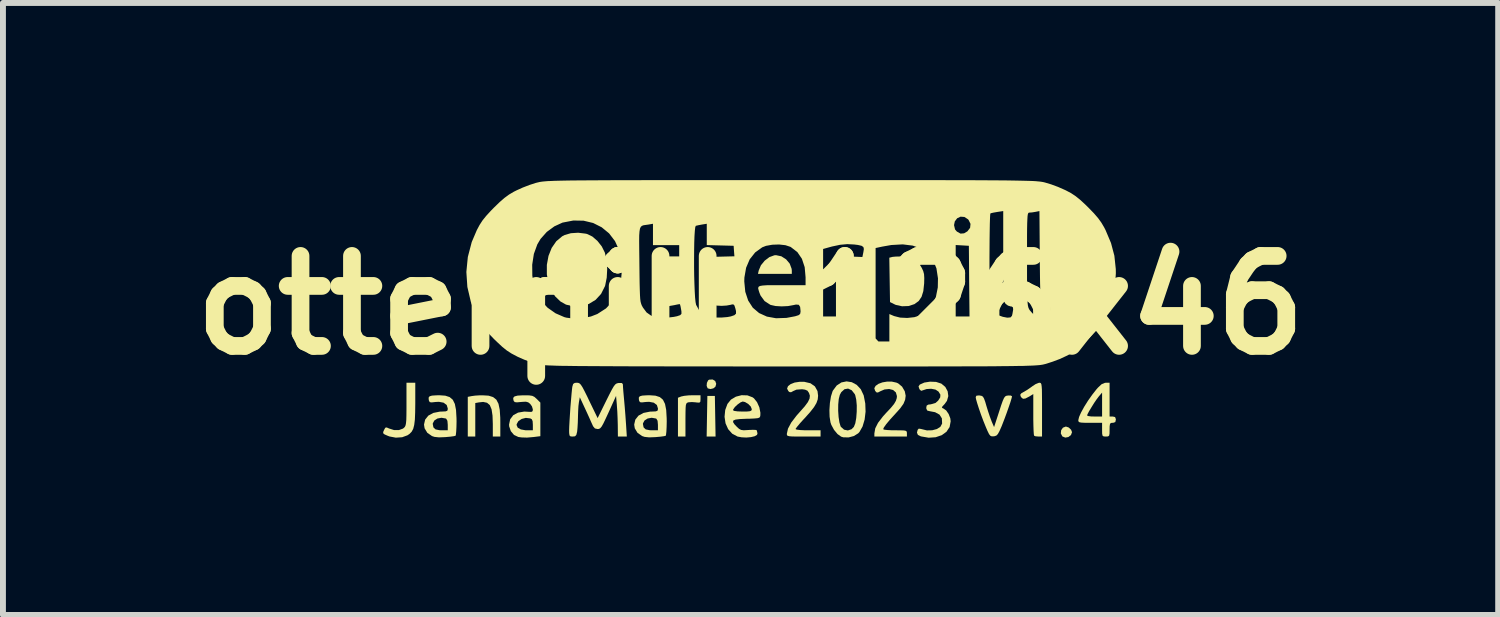
<source format=kicad_pcb>
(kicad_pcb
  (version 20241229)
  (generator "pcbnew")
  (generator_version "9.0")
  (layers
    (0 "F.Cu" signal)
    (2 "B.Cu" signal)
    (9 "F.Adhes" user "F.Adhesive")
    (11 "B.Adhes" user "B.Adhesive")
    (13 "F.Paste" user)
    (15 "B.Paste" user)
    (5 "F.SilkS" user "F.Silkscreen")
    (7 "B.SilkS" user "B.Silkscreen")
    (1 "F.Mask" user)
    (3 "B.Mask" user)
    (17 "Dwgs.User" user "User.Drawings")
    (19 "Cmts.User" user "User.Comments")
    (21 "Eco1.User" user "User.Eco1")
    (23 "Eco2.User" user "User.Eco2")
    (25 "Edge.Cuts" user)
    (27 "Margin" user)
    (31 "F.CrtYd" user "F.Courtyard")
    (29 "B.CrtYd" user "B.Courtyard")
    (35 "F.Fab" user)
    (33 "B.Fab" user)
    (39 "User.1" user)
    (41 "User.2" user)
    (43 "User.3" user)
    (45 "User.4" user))
  (footprint "otterpill_126x46"
    (layer "F.Cu")
    (at 9.659 2.118)
    (property "Reference" "otterpill_126x46" (at 0 0 0) (layer "F.SilkS") (effects (font (size 1.524 1.524) (thickness 0.3))))
    (attr board_only exclude_from_pos_files exclude_from_bom)
    (fp_poly (pts (xy -0.598 1.88) (xy -0.592 2.224) (xy -0.743 2.224) (xy -0.737 1.88) (xy -0.731 1.536) (xy -0.604 1.536)) (stroke (width 0) (type solid)) (fill yes) (layer "F.SilkS"))
    (fp_poly (pts (xy -0.598 1.284) (xy -0.581 1.331) (xy -0.594 1.379) (xy -0.629 1.408) (xy -0.679 1.42) (xy -0.722 1.409) (xy -0.727 1.405) (xy -0.743 1.366) (xy -0.739 1.316) (xy -0.719 1.274) (xy -0.702 1.261) (xy -0.641 1.258)) (stroke (width 0) (type solid)) (fill yes) (layer "F.SilkS"))
    (fp_poly (pts (xy 0.522 -0.828) (xy 0.603 -0.776) (xy 0.664 -0.703) (xy 0.696 -0.616) (xy 0.699 -0.584) (xy 0.699 -0.53) (xy 0.126 -0.53) (xy 0.139 -0.588) (xy 0.176 -0.676) (xy 0.24 -0.754) (xy 0.319 -0.814) (xy 0.403 -0.845) (xy 0.432 -0.847)) (stroke (width 0) (type solid)) (fill yes) (layer "F.SilkS"))
    (fp_poly (pts (xy 5.388 2.071) (xy 5.428 2.109) (xy 5.444 2.15) (xy 5.426 2.199) (xy 5.383 2.232) (xy 5.33 2.242) (xy 5.282 2.223) (xy 5.279 2.22) (xy 5.254 2.171) (xy 5.26 2.117) (xy 5.29 2.074) (xy 5.339 2.055) (xy 5.341 2.055)) (stroke (width 0) (type solid)) (fill yes) (layer "F.SilkS"))
    (fp_poly (pts (xy -0.847 1.592) (xy -0.85 1.634) (xy -0.866 1.65) (xy -0.907 1.648) (xy -0.927 1.645) (xy -0.993 1.64) (xy -1.049 1.644) (xy -1.054 1.645) (xy -1.073 1.652) (xy -1.086 1.665) (xy -1.095 1.691) (xy -1.099 1.737) (xy -1.101 1.811) (xy -1.102 1.919) (xy -1.102 1.941) (xy -1.102 2.224) (xy -1.229 2.224) (xy -1.229 1.567) (xy -1.174 1.546) (xy -1.124 1.535) (xy -1.05 1.527) (xy -0.984 1.525) (xy -0.847 1.525)) (stroke (width 0) (type solid)) (fill yes) (layer "F.SilkS"))
    (fp_poly (pts (xy -4.435 1.532) (xy -4.359 1.556) (xy -4.304 1.6) (xy -4.268 1.669) (xy -4.247 1.769) (xy -4.238 1.904) (xy -4.237 1.975) (xy -4.237 2.224) (xy -4.364 2.224) (xy -4.364 2.012) (xy -4.369 1.869) (xy -4.385 1.763) (xy -4.415 1.692) (xy -4.462 1.652) (xy -4.527 1.638) (xy -4.602 1.646) (xy -4.661 1.657) (xy -4.661 2.224) (xy -4.788 2.224) (xy -4.788 1.552) (xy -4.721 1.539) (xy -4.662 1.531) (xy -4.582 1.526) (xy -4.536 1.526)) (stroke (width 0) (type solid)) (fill yes) (layer "F.SilkS"))
    (fp_poly (pts (xy 2.595 -0.822) (xy 2.708 -0.806) (xy 2.791 -0.769) (xy 2.855 -0.705) (xy 2.898 -0.634) (xy 2.924 -0.579) (xy 2.938 -0.526) (xy 2.942 -0.46) (xy 2.94 -0.369) (xy 2.926 -0.239) (xy 2.896 -0.142) (xy 2.848 -0.071) (xy 2.777 -0.019) (xy 2.775 -0.018) (xy 2.677 0.014) (xy 2.566 0.018) (xy 2.46 -0.005) (xy 2.436 -0.016) (xy 2.362 -0.053) (xy 2.356 -0.428) (xy 2.35 -0.804) (xy 2.404 -0.818) (xy 2.454 -0.823) (xy 2.528 -0.825)) (stroke (width 0) (type solid)) (fill yes) (layer "F.SilkS"))
    (fp_poly (pts (xy -2.795 -1.212) (xy -2.768 -1.206) (xy -2.679 -1.163) (xy -2.593 -1.089) (xy -2.519 -0.995) (xy -2.467 -0.891) (xy -2.466 -0.888) (xy -2.438 -0.761) (xy -2.427 -0.614) (xy -2.435 -0.466) (xy -2.461 -0.335) (xy -2.466 -0.32) (xy -2.531 -0.191) (xy -2.623 -0.091) (xy -2.738 -0.021) (xy -2.869 0.016) (xy -3.009 0.017) (xy -3.125 -0.01) (xy -3.22 -0.064) (xy -3.308 -0.149) (xy -3.378 -0.255) (xy -3.418 -0.355) (xy -3.449 -0.521) (xy -3.449 -0.683) (xy -3.421 -0.835) (xy -3.367 -0.97) (xy -3.289 -1.083) (xy -3.189 -1.167) (xy -3.147 -1.189) (xy -3.042 -1.219) (xy -2.919 -1.227)) (stroke (width 0) (type solid)) (fill yes) (layer "F.SilkS"))
    (fp_poly (pts (xy -5.677 1.664) (xy -5.679 1.819) (xy -5.684 1.939) (xy -5.695 2.028) (xy -5.712 2.094) (xy -5.738 2.142) (xy -5.774 2.179) (xy -5.809 2.203) (xy -5.899 2.236) (xy -6.006 2.243) (xy -6.113 2.223) (xy -6.142 2.212) (xy -6.197 2.188) (xy -6.22 2.169) (xy -6.22 2.146) (xy -6.205 2.112) (xy -6.185 2.075) (xy -6.161 2.07) (xy -6.12 2.088) (xy -6.038 2.114) (xy -5.955 2.115) (xy -5.886 2.09) (xy -5.868 2.076) (xy -5.852 2.058) (xy -5.841 2.033) (xy -5.834 1.997) (xy -5.829 1.942) (xy -5.827 1.861) (xy -5.826 1.748) (xy -5.826 1.674) (xy -5.826 1.313) (xy -5.677 1.313)) (stroke (width 0) (type solid)) (fill yes) (layer "F.SilkS"))
    (fp_poly (pts (xy 4.906 1.315) (xy 4.917 1.322) (xy 4.925 1.34) (xy 4.93 1.375) (xy 4.934 1.431) (xy 4.935 1.514) (xy 4.936 1.63) (xy 4.936 1.769) (xy 4.936 2.224) (xy 4.876 2.224) (xy 4.827 2.22) (xy 4.802 2.21) (xy 4.797 2.185) (xy 4.793 2.125) (xy 4.79 2.038) (xy 4.788 1.93) (xy 4.788 1.85) (xy 4.788 1.505) (xy 4.719 1.547) (xy 4.655 1.58) (xy 4.614 1.585) (xy 4.585 1.561) (xy 4.576 1.547) (xy 4.567 1.517) (xy 4.584 1.493) (xy 4.623 1.47) (xy 4.685 1.434) (xy 4.753 1.387) (xy 4.77 1.374) (xy 4.826 1.337) (xy 4.877 1.316) (xy 4.891 1.313)) (stroke (width 0) (type solid)) (fill yes) (layer "F.SilkS"))
    (fp_poly (pts (xy 3.879 1.529) (xy 3.912 1.535) (xy 3.935 1.549) (xy 3.954 1.581) (xy 3.975 1.639) (xy 3.994 1.705) (xy 4.023 1.799) (xy 4.054 1.891) (xy 4.081 1.963) (xy 4.083 1.969) (xy 4.124 2.064) (xy 4.21 1.8) (xy 4.245 1.692) (xy 4.271 1.619) (xy 4.292 1.572) (xy 4.311 1.546) (xy 4.332 1.534) (xy 4.358 1.53) (xy 4.362 1.529) (xy 4.407 1.53) (xy 4.427 1.542) (xy 4.428 1.543) (xy 4.42 1.577) (xy 4.401 1.641) (xy 4.372 1.726) (xy 4.338 1.823) (xy 4.301 1.923) (xy 4.265 2.016) (xy 4.25 2.054) (xy 4.215 2.133) (xy 4.188 2.182) (xy 4.164 2.207) (xy 4.134 2.218) (xy 4.118 2.22) (xy 4.085 2.221) (xy 4.061 2.211) (xy 4.039 2.183) (xy 4.012 2.128) (xy 3.986 2.067) (xy 3.943 1.961) (xy 3.902 1.851) (xy 3.866 1.747) (xy 3.837 1.656) (xy 3.818 1.589) (xy 3.813 1.557) (xy 3.824 1.533) (xy 3.864 1.528)) (stroke (width 0) (type solid)) (fill yes) (layer "F.SilkS"))
    (fp_poly (pts (xy 2.393 1.294) (xy 2.47 1.311) (xy 2.5 1.324) (xy 2.566 1.379) (xy 2.612 1.458) (xy 2.627 1.533) (xy 2.618 1.601) (xy 2.59 1.669) (xy 2.536 1.745) (xy 2.461 1.829) (xy 2.366 1.933) (xy 2.297 2.015) (xy 2.257 2.072) (xy 2.246 2.1) (xy 2.265 2.108) (xy 2.318 2.114) (xy 2.395 2.118) (xy 2.447 2.118) (xy 2.54 2.119) (xy 2.599 2.121) (xy 2.631 2.128) (xy 2.645 2.141) (xy 2.648 2.162) (xy 2.648 2.171) (xy 2.648 2.224) (xy 2.097 2.224) (xy 2.097 2.171) (xy 2.112 2.085) (xy 2.159 1.992) (xy 2.241 1.885) (xy 2.295 1.825) (xy 2.376 1.739) (xy 2.43 1.673) (xy 2.461 1.62) (xy 2.476 1.573) (xy 2.479 1.539) (xy 2.461 1.477) (xy 2.414 1.436) (xy 2.347 1.419) (xy 2.268 1.427) (xy 2.201 1.456) (xy 2.158 1.478) (xy 2.134 1.477) (xy 2.111 1.452) (xy 2.11 1.45) (xy 2.096 1.406) (xy 2.118 1.366) (xy 2.166 1.332) (xy 2.233 1.307) (xy 2.311 1.294)) (stroke (width 0) (type solid)) (fill yes) (layer "F.SilkS"))
    (fp_poly (pts (xy 0.909 1.297) (xy 1.015 1.322) (xy 1.09 1.375) (xy 1.134 1.454) (xy 1.144 1.533) (xy 1.138 1.595) (xy 1.116 1.657) (xy 1.075 1.726) (xy 1.01 1.809) (xy 0.919 1.911) (xy 0.898 1.933) (xy 0.839 1.998) (xy 0.793 2.053) (xy 0.766 2.089) (xy 0.763 2.098) (xy 0.783 2.107) (xy 0.838 2.114) (xy 0.922 2.118) (xy 0.974 2.118) (xy 1.186 2.118) (xy 1.186 2.224) (xy 0.9 2.224) (xy 0.786 2.224) (xy 0.707 2.223) (xy 0.657 2.219) (xy 0.629 2.212) (xy 0.617 2.2) (xy 0.615 2.183) (xy 0.615 2.177) (xy 0.634 2.091) (xy 0.689 1.988) (xy 0.779 1.87) (xy 0.833 1.809) (xy 0.917 1.714) (xy 0.971 1.641) (xy 0.999 1.583) (xy 1.005 1.533) (xy 0.99 1.486) (xy 0.964 1.448) (xy 0.923 1.43) (xy 0.872 1.423) (xy 0.778 1.43) (xy 0.727 1.452) (xy 0.686 1.474) (xy 0.659 1.471) (xy 0.641 1.455) (xy 0.619 1.413) (xy 0.634 1.372) (xy 0.678 1.337) (xy 0.746 1.31) (xy 0.831 1.297)) (stroke (width 0) (type solid)) (fill yes) (layer "F.SilkS"))
    (fp_poly (pts (xy 1.715 1.304) (xy 1.798 1.349) (xy 1.867 1.423) (xy 1.916 1.527) (xy 1.917 1.531) (xy 1.943 1.665) (xy 1.948 1.803) (xy 1.932 1.937) (xy 1.897 2.054) (xy 1.845 2.146) (xy 1.824 2.169) (xy 1.751 2.215) (xy 1.661 2.239) (xy 1.571 2.237) (xy 1.534 2.226) (xy 1.473 2.182) (xy 1.414 2.111) (xy 1.368 2.026) (xy 1.354 1.985) (xy 1.339 1.89) (xy 1.336 1.788) (xy 1.484 1.788) (xy 1.491 1.893) (xy 1.505 1.985) (xy 1.525 2.051) (xy 1.531 2.061) (xy 1.584 2.108) (xy 1.648 2.121) (xy 1.711 2.1) (xy 1.75 2.06) (xy 1.774 2) (xy 1.79 1.911) (xy 1.798 1.806) (xy 1.799 1.698) (xy 1.79 1.6) (xy 1.773 1.524) (xy 1.765 1.506) (xy 1.713 1.44) (xy 1.652 1.412) (xy 1.591 1.423) (xy 1.537 1.472) (xy 1.512 1.518) (xy 1.494 1.588) (xy 1.485 1.682) (xy 1.484 1.788) (xy 1.336 1.788) (xy 1.336 1.775) (xy 1.344 1.655) (xy 1.362 1.544) (xy 1.389 1.458) (xy 1.395 1.446) (xy 1.459 1.36) (xy 1.538 1.308) (xy 1.626 1.29)) (stroke (width 0) (type solid)) (fill yes) (layer "F.SilkS"))
    (fp_poly (pts (xy 6.08 1.885) (xy 6.133 1.885) (xy 6.173 1.894) (xy 6.186 1.929) (xy 6.186 1.938) (xy 6.177 1.979) (xy 6.143 1.991) (xy 6.133 1.991) (xy 6.103 1.994) (xy 6.087 2.01) (xy 6.081 2.05) (xy 6.08 2.108) (xy 6.079 2.174) (xy 6.072 2.209) (xy 6.053 2.222) (xy 6.017 2.224) (xy 6.016 2.224) (xy 5.98 2.222) (xy 5.961 2.21) (xy 5.954 2.175) (xy 5.953 2.11) (xy 5.953 1.991) (xy 5.752 1.991) (xy 5.658 1.991) (xy 5.599 1.988) (xy 5.567 1.981) (xy 5.553 1.968) (xy 5.55 1.948) (xy 5.563 1.894) (xy 5.574 1.868) (xy 5.699 1.868) (xy 5.718 1.877) (xy 5.768 1.884) (xy 5.826 1.885) (xy 5.953 1.885) (xy 5.953 1.48) (xy 5.899 1.543) (xy 5.862 1.592) (xy 5.818 1.656) (xy 5.774 1.727) (xy 5.734 1.793) (xy 5.707 1.844) (xy 5.699 1.868) (xy 5.574 1.868) (xy 5.598 1.815) (xy 5.65 1.72) (xy 5.714 1.618) (xy 5.786 1.516) (xy 5.859 1.423) (xy 5.884 1.395) (xy 5.945 1.338) (xy 6 1.315) (xy 6.019 1.313) (xy 6.08 1.313)) (stroke (width 0) (type solid)) (fill yes) (layer "F.SilkS"))
    (fp_poly (pts (xy -3.748 1.527) (xy -3.696 1.535) (xy -3.659 1.553) (xy -3.621 1.587) (xy -3.621 1.587) (xy -3.559 1.649) (xy -3.559 2.218) (xy -3.67 2.232) (xy -3.786 2.242) (xy -3.878 2.239) (xy -3.933 2.231) (xy -4.005 2.197) (xy -4.059 2.133) (xy -4.087 2.051) (xy -4.088 2.031) (xy -3.961 2.031) (xy -3.942 2.074) (xy -3.889 2.104) (xy -3.809 2.118) (xy -3.79 2.118) (xy -3.686 2.118) (xy -3.686 2.025) (xy -3.69 1.963) (xy -3.705 1.93) (xy -3.73 1.917) (xy -3.805 1.908) (xy -3.875 1.926) (xy -3.931 1.963) (xy -3.96 2.014) (xy -3.961 2.031) (xy -4.088 2.031) (xy -4.089 2.023) (xy -4.07 1.932) (xy -4.018 1.863) (xy -3.937 1.819) (xy -3.831 1.801) (xy -3.76 1.805) (xy -3.711 1.807) (xy -3.69 1.794) (xy -3.686 1.765) (xy -3.701 1.714) (xy -3.731 1.671) (xy -3.764 1.645) (xy -3.804 1.634) (xy -3.864 1.637) (xy -3.889 1.639) (xy -3.955 1.645) (xy -3.991 1.641) (xy -4.008 1.625) (xy -4.015 1.607) (xy -4.019 1.57) (xy -3.997 1.545) (xy -3.945 1.531) (xy -3.858 1.526) (xy -3.827 1.526)) (stroke (width 0) (type solid)) (fill yes) (layer "F.SilkS"))
    (fp_poly (pts (xy -5.169 1.532) (xy -5.095 1.556) (xy -5.042 1.601) (xy -5.007 1.672) (xy -4.987 1.774) (xy -4.979 1.912) (xy -4.978 1.968) (xy -4.98 2.063) (xy -4.984 2.141) (xy -4.99 2.194) (xy -4.995 2.211) (xy -5.024 2.218) (xy -5.082 2.226) (xy -5.159 2.233) (xy -5.17 2.234) (xy -5.276 2.238) (xy -5.352 2.23) (xy -5.394 2.216) (xy -5.473 2.161) (xy -5.519 2.085) (xy -5.529 2.023) (xy -5.527 2.012) (xy -5.381 2.012) (xy -5.37 2.069) (xy -5.334 2.103) (xy -5.267 2.117) (xy -5.228 2.118) (xy -5.127 2.118) (xy -5.127 2.025) (xy -5.133 1.957) (xy -5.153 1.923) (xy -5.16 1.919) (xy -5.233 1.906) (xy -5.302 1.919) (xy -5.354 1.952) (xy -5.38 2) (xy -5.381 2.012) (xy -5.527 2.012) (xy -5.51 1.938) (xy -5.456 1.87) (xy -5.371 1.824) (xy -5.26 1.802) (xy -5.223 1.801) (xy -5.164 1.798) (xy -5.135 1.788) (xy -5.127 1.763) (xy -5.127 1.748) (xy -5.145 1.69) (xy -5.197 1.651) (xy -5.276 1.636) (xy -5.336 1.639) (xy -5.398 1.646) (xy -5.43 1.642) (xy -5.444 1.622) (xy -5.449 1.601) (xy -5.451 1.565) (xy -5.435 1.543) (xy -5.394 1.531) (xy -5.321 1.526) (xy -5.267 1.525)) (stroke (width 0) (type solid)) (fill yes) (layer "F.SilkS"))
    (fp_poly (pts (xy -1.61 1.532) (xy -1.536 1.556) (xy -1.483 1.601) (xy -1.448 1.672) (xy -1.428 1.774) (xy -1.42 1.912) (xy -1.419 1.968) (xy -1.421 2.063) (xy -1.425 2.141) (xy -1.431 2.194) (xy -1.436 2.211) (xy -1.465 2.218) (xy -1.523 2.226) (xy -1.6 2.233) (xy -1.611 2.234) (xy -1.717 2.238) (xy -1.793 2.23) (xy -1.835 2.216) (xy -1.914 2.161) (xy -1.96 2.085) (xy -1.97 2.023) (xy -1.968 2.012) (xy -1.822 2.012) (xy -1.811 2.069) (xy -1.775 2.103) (xy -1.708 2.117) (xy -1.669 2.118) (xy -1.568 2.118) (xy -1.568 2.025) (xy -1.574 1.957) (xy -1.594 1.923) (xy -1.601 1.919) (xy -1.674 1.906) (xy -1.743 1.919) (xy -1.795 1.952) (xy -1.821 2) (xy -1.822 2.012) (xy -1.968 2.012) (xy -1.951 1.938) (xy -1.897 1.87) (xy -1.812 1.824) (xy -1.701 1.802) (xy -1.664 1.801) (xy -1.605 1.798) (xy -1.576 1.788) (xy -1.568 1.763) (xy -1.568 1.748) (xy -1.586 1.69) (xy -1.638 1.651) (xy -1.717 1.636) (xy -1.777 1.639) (xy -1.839 1.646) (xy -1.871 1.642) (xy -1.885 1.622) (xy -1.89 1.601) (xy -1.892 1.565) (xy -1.876 1.543) (xy -1.835 1.531) (xy -1.762 1.526) (xy -1.708 1.525)) (stroke (width 0) (type solid)) (fill yes) (layer "F.SilkS"))
    (fp_poly (pts (xy 3.142 1.299) (xy 3.231 1.328) (xy 3.298 1.384) (xy 3.338 1.458) (xy 3.349 1.539) (xy 3.326 1.62) (xy 3.286 1.675) (xy 3.249 1.714) (xy 3.24 1.734) (xy 3.257 1.746) (xy 3.266 1.749) (xy 3.313 1.782) (xy 3.355 1.843) (xy 3.383 1.916) (xy 3.389 1.966) (xy 3.371 2.063) (xy 3.318 2.143) (xy 3.238 2.201) (xy 3.135 2.236) (xy 3.017 2.244) (xy 2.888 2.222) (xy 2.886 2.222) (xy 2.834 2.196) (xy 2.818 2.157) (xy 2.83 2.111) (xy 2.849 2.09) (xy 2.888 2.096) (xy 2.895 2.098) (xy 2.986 2.12) (xy 3.076 2.118) (xy 3.156 2.097) (xy 3.215 2.059) (xy 3.244 2.005) (xy 3.244 2.002) (xy 3.24 1.916) (xy 3.2 1.853) (xy 3.125 1.812) (xy 3.04 1.796) (xy 2.994 1.785) (xy 2.978 1.756) (xy 2.976 1.737) (xy 2.982 1.701) (xy 3.008 1.684) (xy 3.055 1.678) (xy 3.133 1.655) (xy 3.177 1.616) (xy 3.212 1.561) (xy 3.215 1.515) (xy 3.184 1.464) (xy 3.182 1.462) (xy 3.132 1.429) (xy 3.059 1.415) (xy 2.981 1.42) (xy 2.925 1.439) (xy 2.889 1.45) (xy 2.864 1.427) (xy 2.858 1.416) (xy 2.845 1.376) (xy 2.863 1.348) (xy 2.871 1.342) (xy 2.943 1.31) (xy 3.038 1.295)) (stroke (width 0) (type solid)) (fill yes) (layer "F.SilkS"))
    (fp_poly (pts (xy -0.052 1.527) (xy 0.035 1.56) (xy 0.059 1.578) (xy 0.11 1.642) (xy 0.149 1.729) (xy 0.167 1.82) (xy 0.166 1.866) (xy 0.161 1.889) (xy 0.149 1.904) (xy 0.121 1.913) (xy 0.071 1.918) (xy -0.01 1.922) (xy -0.069 1.923) (xy -0.181 1.928) (xy -0.254 1.937) (xy -0.292 1.953) (xy -0.296 1.979) (xy -0.272 2.017) (xy -0.232 2.059) (xy -0.194 2.094) (xy -0.16 2.112) (xy -0.115 2.118) (xy -0.045 2.114) (xy -0.031 2.113) (xy 0.039 2.11) (xy 0.088 2.112) (xy 0.106 2.119) (xy 0.113 2.152) (xy 0.118 2.168) (xy 0.11 2.196) (xy 0.07 2.219) (xy 0.007 2.234) (xy -0.07 2.241) (xy -0.151 2.237) (xy -0.22 2.224) (xy -0.31 2.176) (xy -0.379 2.099) (xy -0.423 2.001) (xy -0.44 1.889) (xy -0.429 1.778) (xy -0.297 1.778) (xy -0.276 1.79) (xy -0.219 1.798) (xy -0.138 1.801) (xy -0.056 1.8) (xy -0.009 1.795) (xy 0.014 1.784) (xy 0.021 1.766) (xy 0.021 1.76) (xy 0.004 1.716) (xy -0.039 1.672) (xy -0.093 1.64) (xy -0.132 1.631) (xy -0.17 1.646) (xy -0.219 1.681) (xy -0.265 1.724) (xy -0.293 1.764) (xy -0.297 1.778) (xy -0.429 1.778) (xy -0.428 1.773) (xy -0.391 1.672) (xy -0.332 1.599) (xy -0.248 1.549) (xy -0.151 1.524)) (stroke (width 0) (type solid)) (fill yes) (layer "F.SilkS"))
    (fp_poly (pts (xy -2.917 1.315) (xy -2.896 1.324) (xy -2.874 1.346) (xy -2.847 1.387) (xy -2.813 1.451) (xy -2.766 1.545) (xy -2.734 1.613) (xy -2.589 1.912) (xy -2.444 1.618) (xy -2.388 1.506) (xy -2.347 1.427) (xy -2.316 1.374) (xy -2.291 1.342) (xy -2.268 1.326) (xy -2.244 1.319) (xy -2.23 1.317) (xy -2.182 1.317) (xy -2.163 1.334) (xy -2.161 1.352) (xy -2.159 1.391) (xy -2.154 1.459) (xy -2.146 1.548) (xy -2.141 1.602) (xy -2.13 1.726) (xy -2.119 1.864) (xy -2.11 1.992) (xy -2.108 2.018) (xy -2.095 2.224) (xy -2.246 2.224) (xy -2.248 2.028) (xy -2.251 1.918) (xy -2.256 1.802) (xy -2.263 1.702) (xy -2.264 1.684) (xy -2.277 1.536) (xy -2.404 1.816) (xy -2.455 1.926) (xy -2.492 2.003) (xy -2.52 2.053) (xy -2.543 2.081) (xy -2.564 2.094) (xy -2.587 2.097) (xy -2.589 2.097) (xy -2.635 2.087) (xy -2.666 2.05) (xy -2.676 2.028) (xy -2.698 1.98) (xy -2.731 1.905) (xy -2.772 1.815) (xy -2.798 1.759) (xy -2.891 1.559) (xy -2.906 1.643) (xy -2.914 1.706) (xy -2.919 1.793) (xy -2.922 1.887) (xy -2.922 1.896) (xy -2.925 1.989) (xy -2.93 2.076) (xy -2.936 2.14) (xy -2.937 2.145) (xy -2.95 2.197) (xy -2.972 2.22) (xy -3.011 2.224) (xy -3.047 2.222) (xy -3.065 2.206) (xy -3.071 2.166) (xy -3.072 2.123) (xy -3.07 2.057) (xy -3.065 1.963) (xy -3.058 1.85) (xy -3.05 1.728) (xy -3.04 1.61) (xy -3.031 1.504) (xy -3.023 1.422) (xy -3.018 1.382) (xy -3.004 1.334) (xy -2.977 1.316) (xy -2.942 1.313)) (stroke (width 0) (type solid)) (fill yes) (layer "F.SilkS"))
    (fp_poly (pts (xy 1.181 -2.118) (xy 1.632 -2.118) (xy 2.045 -2.118) (xy 2.421 -2.118) (xy 2.761 -2.118) (xy 3.069 -2.118) (xy 3.345 -2.117) (xy 3.592 -2.117) (xy 3.81 -2.116) (xy 4.003 -2.115) (xy 4.172 -2.114) (xy 4.318 -2.113) (xy 4.444 -2.111) (xy 4.551 -2.109) (xy 4.641 -2.107) (xy 4.717 -2.105) (xy 4.779 -2.103) (xy 4.829 -2.1) (xy 4.871 -2.096) (xy 4.904 -2.093) (xy 4.931 -2.089) (xy 4.955 -2.085) (xy 4.976 -2.08) (xy 4.991 -2.076) (xy 5.091 -2.046) (xy 5.207 -2.003) (xy 5.316 -1.955) (xy 5.338 -1.945) (xy 5.427 -1.898) (xy 5.504 -1.847) (xy 5.58 -1.786) (xy 5.668 -1.705) (xy 5.721 -1.653) (xy 5.815 -1.556) (xy 5.885 -1.475) (xy 5.94 -1.399) (xy 5.988 -1.318) (xy 6.012 -1.271) (xy 6.104 -1.053) (xy 6.161 -0.838) (xy 6.185 -0.611) (xy 6.186 -0.54) (xy 6.171 -0.308) (xy 6.125 -0.09) (xy 6.043 0.125) (xy 6.012 0.191) (xy 5.965 0.279) (xy 5.915 0.356) (xy 5.853 0.433) (xy 5.772 0.52) (xy 5.721 0.573) (xy 5.623 0.667) (xy 5.542 0.738) (xy 5.467 0.793) (xy 5.386 0.84) (xy 5.338 0.864) (xy 5.234 0.912) (xy 5.117 0.956) (xy 5.012 0.99) (xy 4.991 0.996) (xy 4.97 1.001) (xy 4.949 1.006) (xy 4.924 1.01) (xy 4.895 1.014) (xy 4.86 1.017) (xy 4.817 1.02) (xy 4.763 1.023) (xy 4.698 1.025) (xy 4.619 1.028) (xy 4.524 1.029) (xy 4.412 1.031) (xy 4.281 1.032) (xy 4.129 1.034) (xy 3.954 1.035) (xy 3.755 1.035) (xy 3.529 1.036) (xy 3.275 1.036) (xy 2.991 1.037) (xy 2.675 1.037) (xy 2.325 1.037) (xy 1.94 1.037) (xy 1.517 1.037) (xy 1.055 1.037) (xy 0.68 1.037) (xy 0.187 1.037) (xy -0.265 1.037) (xy -0.679 1.036) (xy -1.055 1.036) (xy -1.397 1.036) (xy -1.705 1.035) (xy -1.982 1.035) (xy -2.229 1.034) (xy -2.448 1.033) (xy -2.642 1.032) (xy -2.811 1.031) (xy -2.957 1.03) (xy -3.083 1.028) (xy -3.191 1.027) (xy -3.281 1.025) (xy -3.356 1.022) (xy -3.418 1.02) (xy -3.469 1.017) (xy -3.51 1.014) (xy -3.543 1.01) (xy -3.57 1.006) (xy -3.593 1.002) (xy -3.613 0.997) (xy -3.623 0.995) (xy -3.718 0.965) (xy -3.83 0.923) (xy -3.938 0.876) (xy -3.961 0.864) (xy -4.05 0.817) (xy -4.127 0.767) (xy -4.204 0.705) (xy -4.291 0.624) (xy -4.301 0.614) (xy 2.118 0.614) (xy 2.351 0.614) (xy 2.351 0.15) (xy 2.431 0.184) (xy 2.533 0.21) (xy 2.654 0.216) (xy 2.774 0.203) (xy 2.861 0.176) (xy 2.983 0.1) (xy 3.076 -0.006) (xy 3.139 -0.14) (xy 3.171 -0.301) (xy 3.174 -0.455) (xy 3.148 -0.624) (xy 3.091 -0.764) (xy 3.005 -0.875) (xy 2.89 -0.957) (xy 2.747 -1.009) (xy 2.665 -1.019) (xy 3.474 -1.019) (xy 3.474 0.191) (xy 3.708 0.191) (xy 3.702 -0.408) (xy 3.699 -0.794) (xy 4.046 -0.794) (xy 4.046 -0.575) (xy 4.048 -0.395) (xy 4.05 -0.25) (xy 4.055 -0.134) (xy 4.063 -0.045) (xy 4.074 0.023) (xy 4.09 0.073) (xy 4.11 0.108) (xy 4.136 0.134) (xy 4.168 0.155) (xy 4.203 0.172) (xy 4.273 0.197) (xy 4.341 0.21) (xy 4.356 0.211) (xy 4.404 0.206) (xy 4.427 0.179) (xy 4.435 0.146) (xy 4.447 0.076) (xy 4.444 0.038) (xy 4.424 0.023) (xy 4.406 0.021) (xy 4.36 0.007) (xy 4.322 -0.021) (xy 4.311 -0.034) (xy 4.302 -0.05) (xy 4.294 -0.074) (xy 4.289 -0.111) (xy 4.285 -0.164) (xy 4.282 -0.238) (xy 4.281 -0.337) (xy 4.28 -0.465) (xy 4.279 -0.627) (xy 4.279 -0.809) (xy 4.682 -0.809) (xy 4.682 -0.779) (xy 4.682 -0.574) (xy 4.682 -0.408) (xy 4.683 -0.275) (xy 4.685 -0.172) (xy 4.688 -0.094) (xy 4.692 -0.036) (xy 4.697 0.006) (xy 4.704 0.037) (xy 4.713 0.059) (xy 4.724 0.079) (xy 4.725 0.081) (xy 4.772 0.136) (xy 4.83 0.178) (xy 4.836 0.18) (xy 4.903 0.202) (xy 4.971 0.21) (xy 5.024 0.205) (xy 5.051 0.186) (xy 5.051 0.185) (xy 5.06 0.147) (xy 5.071 0.091) (xy 5.071 0.09) (xy 5.076 0.043) (xy 5.063 0.024) (xy 5.034 0.021) (xy 4.983 0.006) (xy 4.945 -0.023) (xy 4.934 -0.037) (xy 4.925 -0.056) (xy 4.918 -0.084) (xy 4.913 -0.125) (xy 4.909 -0.184) (xy 4.906 -0.265) (xy 4.903 -0.373) (xy 4.901 -0.511) (xy 4.899 -0.684) (xy 4.898 -0.831) (xy 4.892 -1.594) (xy 4.827 -1.581) (xy 4.766 -1.571) (xy 4.721 -1.568) (xy 4.711 -1.566) (xy 4.703 -1.559) (xy 4.696 -1.541) (xy 4.691 -1.51) (xy 4.688 -1.461) (xy 4.685 -1.391) (xy 4.683 -1.294) (xy 4.682 -1.167) (xy 4.682 -1.007) (xy 4.682 -0.809) (xy 4.279 -0.809) (xy 4.279 -0.827) (xy 4.279 -1.594) (xy 4.179 -1.579) (xy 4.116 -1.568) (xy 4.072 -1.558) (xy 4.062 -1.554) (xy 4.058 -1.531) (xy 4.055 -1.471) (xy 4.052 -1.378) (xy 4.05 -1.257) (xy 4.048 -1.113) (xy 4.047 -0.952) (xy 4.046 -0.794) (xy 3.699 -0.794) (xy 3.697 -1.006) (xy 3.474 -1.019) (xy 2.665 -1.019) (xy 2.578 -1.03) (xy 2.383 -1.019) (xy 2.23 -0.992) (xy 2.118 -0.968) (xy 2.118 0.614) (xy -4.301 0.614) (xy -4.344 0.573) (xy -4.438 0.475) (xy -4.508 0.394) (xy -4.563 0.319) (xy -4.611 0.238) (xy -4.635 0.191) (xy -4.736 -0.057) (xy -4.795 -0.309) (xy -4.812 -0.563) (xy -4.8 -0.686) (xy -3.697 -0.686) (xy -3.695 -0.498) (xy -3.663 -0.317) (xy -3.624 -0.206) (xy -3.546 -0.074) (xy -3.436 0.043) (xy -3.302 0.137) (xy -3.153 0.202) (xy -3.119 0.211) (xy -2.991 0.228) (xy -2.846 0.22) (xy -2.702 0.191) (xy -2.594 0.149) (xy -2.448 0.055) (xy -2.332 -0.067) (xy -2.248 -0.216) (xy -2.197 -0.39) (xy -2.178 -0.588) (xy -2.186 -0.751) (xy -2.224 -0.929) (xy -2.295 -1.085) (xy -2.295 -1.085) (xy -1.886 -1.085) (xy -1.885 -0.959) (xy -1.883 -0.797) (xy -1.882 -0.692) (xy -1.88 -0.511) (xy -1.878 -0.367) (xy -1.875 -0.255) (xy -1.872 -0.17) (xy -1.868 -0.107) (xy -1.862 -0.061) (xy -1.853 -0.027) (xy -1.843 0.001) (xy -1.829 0.027) (xy -1.822 0.04) (xy -1.76 0.123) (xy -1.683 0.177) (xy -1.583 0.205) (xy -1.475 0.212) (xy -1.385 0.208) (xy -1.3 0.198) (xy -1.245 0.187) (xy -1.192 0.169) (xy -1.17 0.147) (xy -1.17 0.108) (xy -1.175 0.076) (xy -1.185 0.021) (xy -1.194 -0.013) (xy -1.196 -0.017) (xy -1.219 -0.016) (xy -1.268 -0.006) (xy -1.285 -0.002) (xy -1.41 0.02) (xy -1.51 0.01) (xy -1.582 -0.03) (xy -1.642 -0.081) (xy -1.648 -0.454) (xy -1.654 -0.788) (xy -0.956 -0.788) (xy -0.956 -0.641) (xy -0.954 -0.496) (xy -0.95 -0.359) (xy -0.945 -0.235) (xy -0.939 -0.131) (xy -0.931 -0.053) (xy -0.922 -0.008) (xy -0.921 -0.005) (xy -0.868 0.091) (xy -0.802 0.155) (xy -0.752 0.182) (xy -0.685 0.199) (xy -0.593 0.209) (xy -0.49 0.209) (xy -0.393 0.201) (xy -0.334 0.19) (xy -0.273 0.169) (xy -0.246 0.143) (xy -0.246 0.099) (xy -0.257 0.054) (xy -0.273 0.004) (xy -0.293 -0.015) (xy -0.327 -0.01) (xy -0.335 -0.007) (xy -0.406 0.006) (xy -0.489 0.011) (xy -0.57 0.007) (xy -0.635 -0.006) (xy -0.666 -0.022) (xy -0.696 -0.075) (xy -0.718 -0.167) (xy -0.732 -0.294) (xy -0.736 -0.403) (xy -0.106 -0.403) (xy -0.089 -0.227) (xy -0.04 -0.079) (xy 0.038 0.042) (xy 0.145 0.133) (xy 0.277 0.193) (xy 0.432 0.221) (xy 0.609 0.215) (xy 0.737 0.191) (xy 1.229 0.191) (xy 1.462 0.191) (xy 1.462 -0.306) (xy 1.461 -0.469) (xy 1.462 -0.595) (xy 1.465 -0.689) (xy 1.474 -0.754) (xy 1.491 -0.796) (xy 1.519 -0.819) (xy 1.559 -0.828) (xy 1.614 -0.829) (xy 1.687 -0.825) (xy 1.722 -0.823) (xy 1.894 -0.816) (xy 1.911 -0.899) (xy 1.919 -0.952) (xy 1.911 -0.985) (xy 1.88 -1.006) (xy 1.819 -1.02) (xy 1.755 -1.028) (xy 1.637 -1.034) (xy 1.517 -1.023) (xy 1.38 -0.994) (xy 1.34 -0.983) (xy 1.229 -0.952) (xy 1.229 0.191) (xy 0.737 0.191) (xy 0.757 0.187) (xy 0.814 0.169) (xy 0.84 0.148) (xy 0.847 0.111) (xy 0.847 0.098) (xy 0.84 0.028) (xy 0.817 -0.007) (xy 0.77 -0.011) (xy 0.728 -0.002) (xy 0.634 0.015) (xy 0.527 0.02) (xy 0.424 0.014) (xy 0.343 -0.004) (xy 0.333 -0.008) (xy 0.238 -0.07) (xy 0.17 -0.163) (xy 0.151 -0.21) (xy 0.137 -0.254) (xy 0.129 -0.287) (xy 0.135 -0.31) (xy 0.158 -0.325) (xy 0.203 -0.333) (xy 0.275 -0.338) (xy 0.38 -0.339) (xy 0.522 -0.339) (xy 0.53 -0.339) (xy 0.932 -0.339) (xy 0.932 -0.473) (xy 0.917 -0.644) (xy 0.87 -0.786) (xy 0.793 -0.899) (xy 0.684 -0.983) (xy 0.676 -0.988) (xy 0.591 -1.016) (xy 0.483 -1.028) (xy 0.368 -1.024) (xy 0.262 -1.005) (xy 0.198 -0.98) (xy 0.078 -0.893) (xy -0.014 -0.777) (xy -0.075 -0.634) (xy -0.104 -0.468) (xy -0.106 -0.403) (xy -0.736 -0.403) (xy -0.738 -0.451) (xy -0.737 -0.554) (xy -0.731 -0.816) (xy -0.502 -0.822) (xy -0.273 -0.828) (xy -0.28 -0.917) (xy -0.286 -1.006) (xy -0.514 -1.012) (xy -0.741 -1.018) (xy -0.741 -1.356) (xy 3.446 -1.356) (xy 3.463 -1.283) (xy 3.494 -1.247) (xy 3.556 -1.212) (xy 3.616 -1.217) (xy 3.673 -1.251) (xy 3.718 -1.31) (xy 3.725 -1.377) (xy 3.692 -1.444) (xy 3.682 -1.455) (xy 3.622 -1.494) (xy 3.557 -1.499) (xy 3.499 -1.472) (xy 3.459 -1.419) (xy 3.446 -1.356) (xy -0.741 -1.356) (xy -0.741 -1.379) (xy -0.821 -1.366) (xy -0.88 -1.355) (xy -0.923 -1.345) (xy -0.927 -1.344) (xy -0.936 -1.321) (xy -0.943 -1.262) (xy -0.949 -1.172) (xy -0.953 -1.06) (xy -0.955 -0.929) (xy -0.956 -0.788) (xy -1.654 -0.788) (xy -1.655 -0.826) (xy -1.208 -0.826) (xy -1.208 -1.017) (xy -1.652 -1.017) (xy -1.652 -1.379) (xy -1.732 -1.365) (xy -1.776 -1.359) (xy -1.811 -1.354) (xy -1.838 -1.344) (xy -1.858 -1.327) (xy -1.872 -1.297) (xy -1.88 -1.25) (xy -1.885 -1.181) (xy -1.886 -1.085) (xy -2.295 -1.085) (xy -2.395 -1.216) (xy -2.52 -1.319) (xy -2.665 -1.392) (xy -2.827 -1.431) (xy -3 -1.434) (xy -3.181 -1.399) (xy -3.185 -1.398) (xy -3.322 -1.335) (xy -3.45 -1.241) (xy -3.555 -1.123) (xy -3.61 -1.031) (xy -3.669 -0.868) (xy -3.697 -0.686) (xy -4.8 -0.686) (xy -4.787 -0.817) (xy -4.721 -1.069) (xy -4.635 -1.271) (xy -4.588 -1.359) (xy -4.538 -1.436) (xy -4.476 -1.513) (xy -4.395 -1.601) (xy -4.344 -1.653) (xy -4.246 -1.748) (xy -4.165 -1.818) (xy -4.09 -1.873) (xy -4.009 -1.921) (xy -3.961 -1.945) (xy -3.857 -1.992) (xy -3.74 -2.037) (xy -3.635 -2.071) (xy -3.614 -2.076) (xy -3.593 -2.081) (xy -3.572 -2.086) (xy -3.547 -2.09) (xy -3.518 -2.094) (xy -3.483 -2.097) (xy -3.439 -2.101) (xy -3.385 -2.103) (xy -3.32 -2.106) (xy -3.24 -2.108) (xy -3.145 -2.11) (xy -3.033 -2.112) (xy -2.902 -2.113) (xy -2.749 -2.114) (xy -2.574 -2.115) (xy -2.374 -2.116) (xy -2.148 -2.117) (xy -1.893 -2.117) (xy -1.608 -2.118) (xy -1.291 -2.118) (xy -0.941 -2.118) (xy -0.554 -2.118) (xy -0.131 -2.118) (xy 0.332 -2.118) (xy 0.688 -2.118)) (stroke (width 0) (type solid)) (fill yes) (layer "F.SilkS")))
  (gr_rect
    (start -3 -3)
    (end 22.319 7.363)
    (stroke (width 0.1) (type default))
    (fill no)
    (layer "Edge.Cuts")))
</source>
